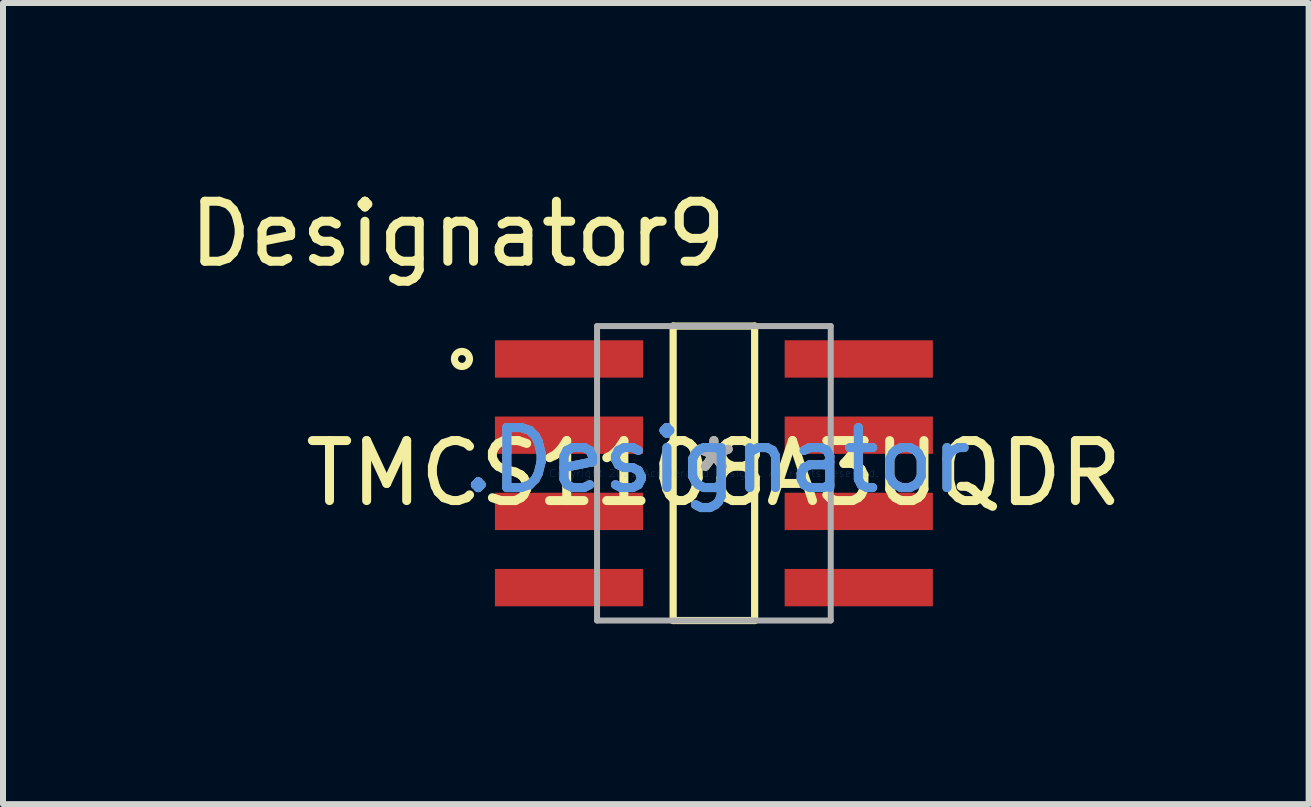
<source format=kicad_pcb>
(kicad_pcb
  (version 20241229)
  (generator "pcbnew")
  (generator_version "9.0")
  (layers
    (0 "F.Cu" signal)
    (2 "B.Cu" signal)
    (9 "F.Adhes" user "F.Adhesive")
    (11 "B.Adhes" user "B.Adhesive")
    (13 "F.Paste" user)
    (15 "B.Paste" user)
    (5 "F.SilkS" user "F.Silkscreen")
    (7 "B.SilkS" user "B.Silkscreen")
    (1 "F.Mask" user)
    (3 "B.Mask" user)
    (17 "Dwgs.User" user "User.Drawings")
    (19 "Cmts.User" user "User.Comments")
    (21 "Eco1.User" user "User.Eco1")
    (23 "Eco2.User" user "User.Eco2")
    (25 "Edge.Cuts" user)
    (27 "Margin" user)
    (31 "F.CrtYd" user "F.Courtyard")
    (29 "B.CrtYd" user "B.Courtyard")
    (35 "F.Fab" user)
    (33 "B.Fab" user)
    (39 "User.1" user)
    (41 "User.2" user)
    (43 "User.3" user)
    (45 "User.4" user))
  (footprint "TMCS1108A3UQDR"
    (layer "F.Cu")
    (at 8.845 4.836)
    (property "Reference" "TMCS1108A3UQDR" (at 0 0 0) (layer "F.SilkS") (effects (font (size 1 1) (thickness 0.15))))
    (attr through_hole)
    (fp_line (start -0.679 -2.453) (end 0.679 -2.453) (stroke (width 0.12) (type solid)) (layer "F.SilkS"))
    (fp_line (start -0.679 2.453) (end -0.679 -2.453) (stroke (width 0.12) (type solid)) (layer "F.SilkS"))
    (fp_line (start -0.679 2.453) (end 0.679 2.453) (stroke (width 0.12) (type solid)) (layer "F.SilkS"))
    (fp_line (start 0.679 2.453) (end 0.679 -2.453) (stroke (width 0.12) (type solid)) (layer "F.SilkS"))
    (fp_circle (center -4.198 -1.905) (end -4.073 -1.905) (stroke (width 0.12) (type solid)) (fill no) (layer "F.SilkS"))
    (fp_line (start -1.947 -2.453) (end 1.947 -2.453) (stroke (width 0.1) (type solid)) (layer "F.Fab"))
    (fp_line (start -1.947 2.453) (end -1.947 -2.453) (stroke (width 0.1) (type solid)) (layer "F.Fab"))
    (fp_line (start -1.947 2.453) (end 1.947 2.453) (stroke (width 0.1) (type solid)) (layer "F.Fab"))
    (fp_line (start 1.947 2.453) (end 1.947 -2.453) (stroke (width 0.1) (type solid)) (layer "F.Fab"))
    (fp_text user "*" (at 0 0 0) (layer "F.SilkS") (effects (font (size 1 1) (thickness 0.15))))
    (fp_text user "Designator9" (at -4.267 -3.988 0) (layer "F.SilkS") (effects (font (size 1 1) (thickness 0.15))))
    (fp_text user "Copyright 2021 Accelerated Designs. All rights reserved." (at 0 0 0) (layer "Cmts.User") (effects (font (size 0.127 0.127) (thickness 0.002))))
    (fp_text user ".Designator" (at 0.05 -0.217 0) (layer "Cmts.User") (effects (font (size 1 1) (thickness 0.15))))
    (fp_text user ".Designator" (at 0.05 -0.217 0) (layer "F.Fab") (effects (font (size 1 1) (thickness 0.15))))
    (fp_text user "*" (at 0 0 0) (layer "F.Fab") (effects (font (size 1 1) (thickness 0.15))))
    (pad "1" smd rect (at -2.414 -1.905) (size 2.469 0.622) (layers "F.Cu" "F.Mask" "F.Paste"))
    (pad "2" smd rect (at -2.414 -0.635) (size 2.469 0.622) (layers "F.Cu" "F.Mask" "F.Paste"))
    (pad "3" smd rect (at -2.414 0.635) (size 2.469 0.622) (layers "F.Cu" "F.Mask" "F.Paste"))
    (pad "4" smd rect (at -2.414 1.905) (size 2.469 0.622) (layers "F.Cu" "F.Mask" "F.Paste"))
    (pad "5" smd rect (at 2.414 1.905) (size 2.469 0.622) (layers "F.Cu" "F.Mask" "F.Paste"))
    (pad "6" smd rect (at 2.414 0.635) (size 2.469 0.622) (layers "F.Cu" "F.Mask" "F.Paste"))
    (pad "7" smd rect (at 2.414 -0.635) (size 2.469 0.622) (layers "F.Cu" "F.Mask" "F.Paste"))
    (pad "8" smd rect (at 2.414 -1.905) (size 2.469 0.622) (layers "F.Cu" "F.Mask" "F.Paste")))
  (gr_rect
    (start -3 -3)
    (end 18.755 10.349)
    (stroke (width 0.1) (type default))
    (fill no)
    (layer "Edge.Cuts")))
</source>
